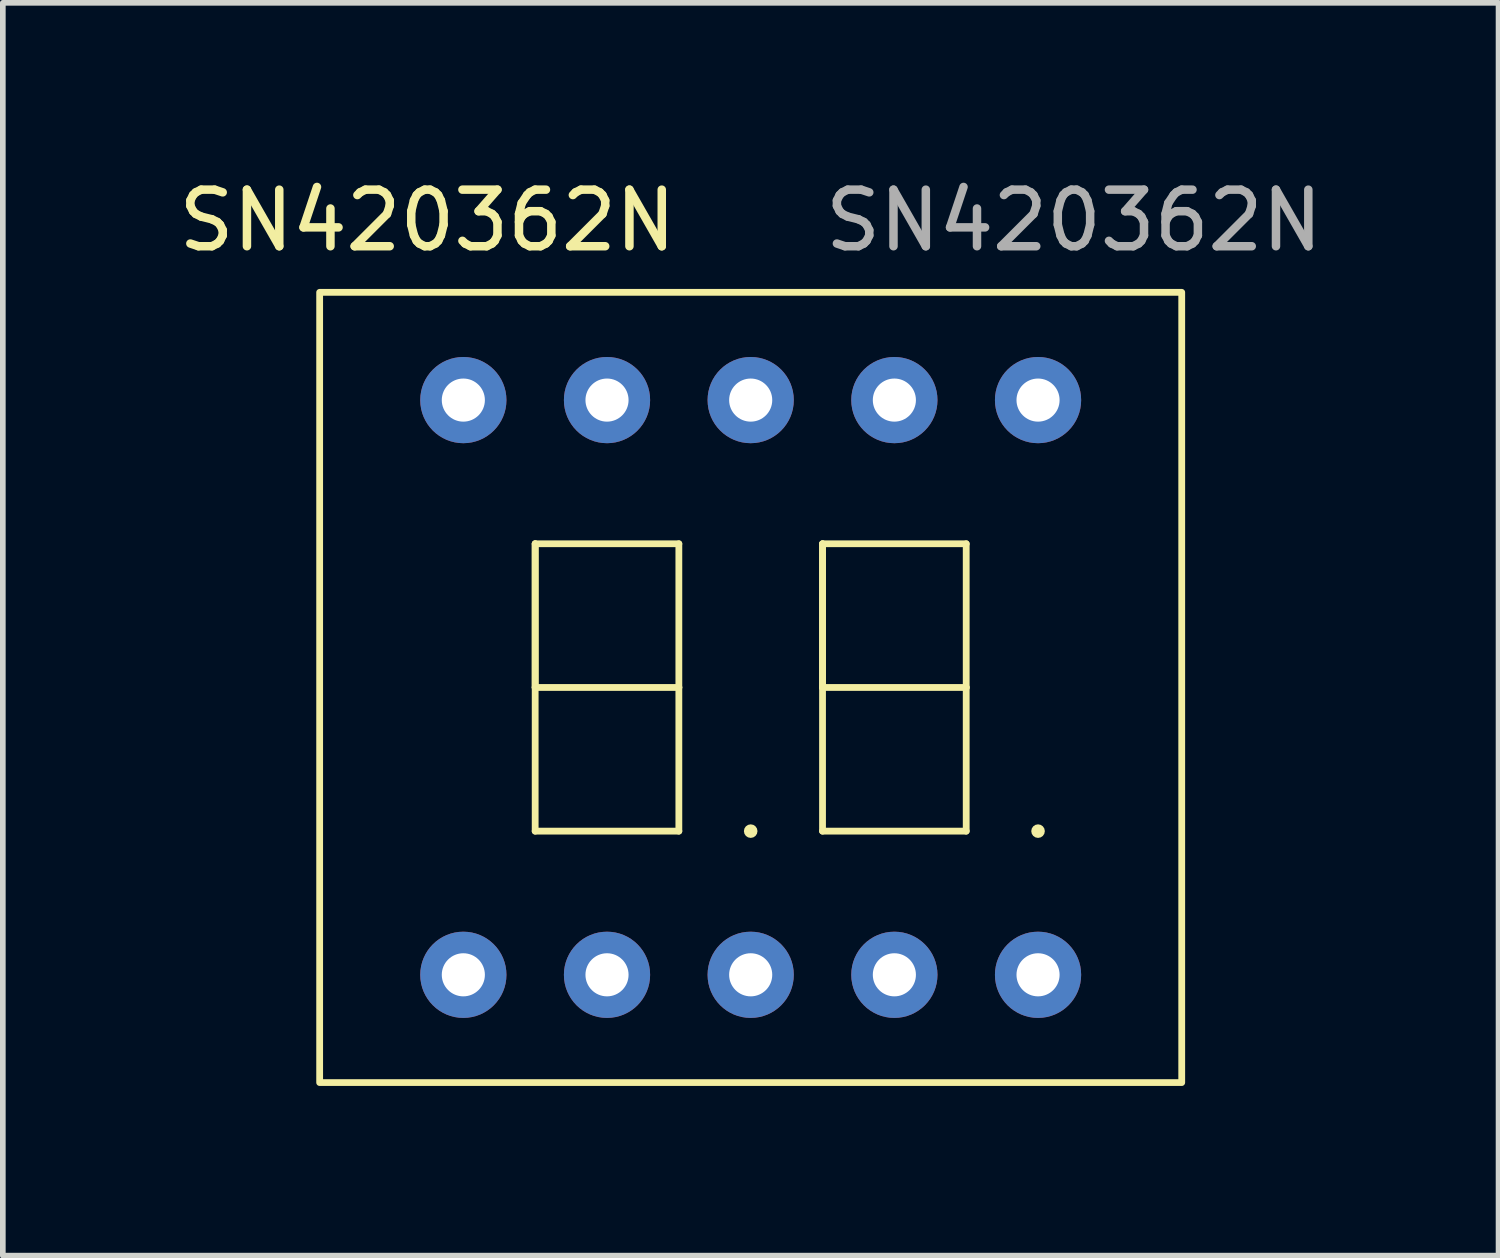
<source format=kicad_pcb>
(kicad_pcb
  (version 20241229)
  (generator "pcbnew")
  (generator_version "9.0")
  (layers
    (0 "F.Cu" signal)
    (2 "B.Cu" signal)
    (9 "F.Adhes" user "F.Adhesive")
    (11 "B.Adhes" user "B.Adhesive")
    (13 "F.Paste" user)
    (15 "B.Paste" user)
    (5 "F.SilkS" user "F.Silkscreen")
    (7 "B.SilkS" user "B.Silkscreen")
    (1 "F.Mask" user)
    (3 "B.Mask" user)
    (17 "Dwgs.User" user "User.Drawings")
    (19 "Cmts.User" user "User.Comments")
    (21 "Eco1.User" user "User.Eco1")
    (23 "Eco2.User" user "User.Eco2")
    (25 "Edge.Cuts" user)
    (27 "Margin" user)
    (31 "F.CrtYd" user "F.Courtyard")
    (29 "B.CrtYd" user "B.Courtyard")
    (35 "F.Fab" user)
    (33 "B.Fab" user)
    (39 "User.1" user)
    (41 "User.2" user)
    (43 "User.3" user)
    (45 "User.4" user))
  (footprint "SN420362N"
    (layer "F.Cu")
    (at 10.221 9.103)
    (property "Reference" "SN420362N" (at -5.715 -8.255 0) (unlocked yes) (layer "F.SilkS") (effects (font (size 1 1) (thickness 0.15))))
    (attr through_hole)
    (fp_line (start -3.81 -2.54) (end -3.81 0) (stroke (width 0.12) (type solid)) (layer "F.SilkS"))
    (fp_line (start -3.81 -2.54) (end -3.81 0) (stroke (width 0.12) (type solid)) (layer "F.SilkS"))
    (fp_line (start -3.81 0) (end -3.81 2.54) (stroke (width 0.12) (type solid)) (layer "F.SilkS"))
    (fp_line (start -3.81 0) (end -1.27 0) (stroke (width 0.12) (type solid)) (layer "F.SilkS"))
    (fp_line (start -3.81 2.54) (end -1.27 2.54) (stroke (width 0.12) (type solid)) (layer "F.SilkS"))
    (fp_line (start -1.27 -2.54) (end -3.81 -2.54) (stroke (width 0.12) (type solid)) (layer "F.SilkS"))
    (fp_line (start -1.27 0) (end -1.27 -2.54) (stroke (width 0.12) (type solid)) (layer "F.SilkS"))
    (fp_line (start -1.27 2.54) (end -1.27 0) (stroke (width 0.12) (type solid)) (layer "F.SilkS"))
    (fp_line (start 1.27 -2.54) (end 1.27 0) (stroke (width 0.12) (type solid)) (layer "F.SilkS"))
    (fp_line (start 1.27 -2.54) (end 3.81 -2.54) (stroke (width 0.12) (type solid)) (layer "F.SilkS"))
    (fp_line (start 1.27 0) (end 1.27 -2.54) (stroke (width 0.12) (type solid)) (layer "F.SilkS"))
    (fp_line (start 1.27 0) (end 1.27 2.54) (stroke (width 0.12) (type solid)) (layer "F.SilkS"))
    (fp_line (start 1.27 2.54) (end 3.81 2.54) (stroke (width 0.12) (type solid)) (layer "F.SilkS"))
    (fp_line (start 3.81 -2.54) (end 3.81 0) (stroke (width 0.12) (type solid)) (layer "F.SilkS"))
    (fp_line (start 3.81 0) (end 1.27 0) (stroke (width 0.12) (type solid)) (layer "F.SilkS"))
    (fp_line (start 3.81 2.54) (end 3.81 0) (stroke (width 0.12) (type solid)) (layer "F.SilkS"))
    (fp_rect (start -7.62 -6.985) (end 7.62 6.985) (stroke (width 0.12) (type solid)) (fill no) (layer "F.SilkS"))
    (fp_circle (center 0 2.54) (end 0 2.54) (stroke (width 0.12) (type solid)) (fill no) (layer "F.SilkS"))
    (fp_circle (center 5.08 2.54) (end 5.08 2.54) (stroke (width 0.12) (type solid)) (fill no) (layer "F.SilkS"))
    (fp_text user "${REFERENCE}" (at 5.715 -8.255 0) (unlocked yes) (layer "F.Fab") (effects (font (size 1 1) (thickness 0.15))))
    (pad "1" thru_hole circle (at -5.08 5.08 90) (size 1.524 1.524) (drill 0.762) (layers "*.Cu" "*.Mask"))
    (pad "2" thru_hole circle (at -2.54 5.08 90) (size 1.524 1.524) (drill 0.762) (layers "*.Cu" "*.Mask"))
    (pad "3" thru_hole circle (at 0 5.08 90) (size 1.524 1.524) (drill 0.762) (layers "*.Cu" "*.Mask"))
    (pad "4" thru_hole circle (at 2.54 5.08 90) (size 1.524 1.524) (drill 0.762) (layers "*.Cu" "*.Mask"))
    (pad "5" thru_hole circle (at 5.08 5.08 90) (size 1.524 1.524) (drill 0.762) (layers "*.Cu" "*.Mask"))
    (pad "6" thru_hole circle (at 5.08 -5.08 270) (size 1.524 1.524) (drill 0.762) (layers "*.Cu" "*.Mask"))
    (pad "7" thru_hole circle (at 2.54 -5.08 270) (size 1.524 1.524) (drill 0.762) (layers "*.Cu" "*.Mask"))
    (pad "8" thru_hole circle (at 0 -5.08 270) (size 1.524 1.524) (drill 0.762) (layers "*.Cu" "*.Mask"))
    (pad "9" thru_hole circle (at -2.54 -5.08 270) (size 1.524 1.524) (drill 0.762) (layers "*.Cu" "*.Mask"))
    (pad "10" thru_hole circle (at -5.08 -5.08 270) (size 1.524 1.524) (drill 0.762) (layers "*.Cu" "*.Mask")))
  (gr_rect
    (start -3 -3)
    (end 23.442 19.148)
    (stroke (width 0.1) (type default))
    (fill no)
    (layer "Edge.Cuts")))
</source>
